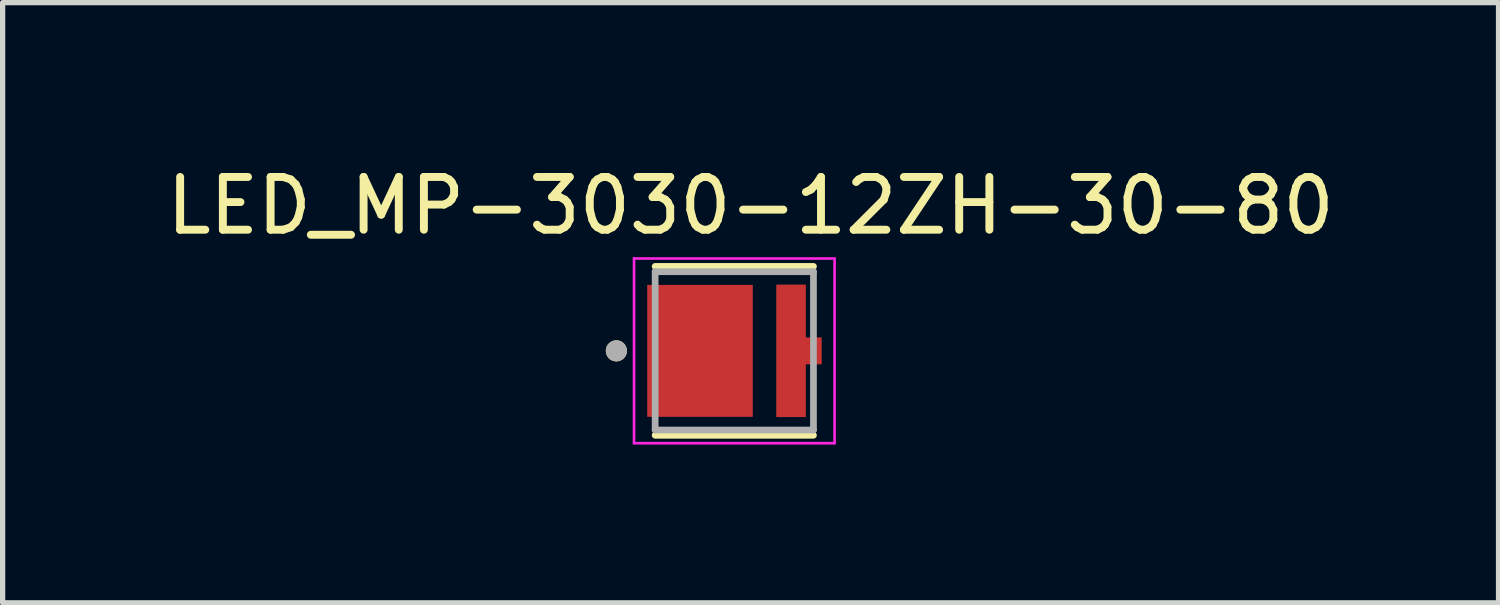
<source format=kicad_pcb>
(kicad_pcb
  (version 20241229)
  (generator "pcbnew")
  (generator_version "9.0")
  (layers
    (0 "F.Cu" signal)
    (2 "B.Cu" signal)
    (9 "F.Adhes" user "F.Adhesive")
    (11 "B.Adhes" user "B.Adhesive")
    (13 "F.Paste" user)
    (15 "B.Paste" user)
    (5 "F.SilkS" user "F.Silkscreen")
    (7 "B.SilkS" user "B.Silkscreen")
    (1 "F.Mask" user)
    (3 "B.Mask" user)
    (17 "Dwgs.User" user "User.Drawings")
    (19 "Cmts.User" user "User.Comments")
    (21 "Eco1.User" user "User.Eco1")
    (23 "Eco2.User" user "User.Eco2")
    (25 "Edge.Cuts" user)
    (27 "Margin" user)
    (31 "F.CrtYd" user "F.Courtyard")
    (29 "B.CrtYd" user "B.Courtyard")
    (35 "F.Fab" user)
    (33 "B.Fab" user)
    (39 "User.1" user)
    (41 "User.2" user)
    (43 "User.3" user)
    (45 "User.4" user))
  (footprint "LED_MP-3030-12ZH-30-80"
    (layer "F.Cu")
    (at 11.664 3.598)
    (property "Reference" "LED_MP-3030-12ZH-30-80" (at -0.491 -2.75 0) (layer "F.SilkS") (effects (font (size 1 1) (thickness 0.15))))
    (attr smd)
    (fp_poly (pts (xy 0.65 -0.35) (xy 0.95 -0.35) (xy 0.95 0.35) (xy 0.65 0.35) (xy 0.65 1.35) (xy -0.1 1.35) (xy -0.1 -1.35) (xy 0.65 -1.35)) (stroke (width 0.01) (type solid)) (fill yes) (layer "F.Mask"))
    (fp_line (start -2.3 -1.6) (end 0.7 -1.6) (stroke (width 0.127) (type solid)) (layer "F.SilkS"))
    (fp_line (start 0.7 1.6) (end -2.3 1.6) (stroke (width 0.127) (type solid)) (layer "F.SilkS"))
    (fp_circle (center -3.035 0) (end -2.935 0) (stroke (width 0.2) (type solid)) (fill no) (layer "F.SilkS"))
    (fp_poly (pts (xy 0.55 -0.25) (xy 0.85 -0.25) (xy 0.85 0.25) (xy 0.55 0.25) (xy 0.55 1.25) (xy 0 1.25) (xy 0 -1.25) (xy 0.55 -1.25)) (stroke (width 0.01) (type solid)) (fill yes) (layer "F.Paste"))
    (fp_line (start -2.7 -1.75) (end -2.7 1.75) (stroke (width 0.05) (type solid)) (layer "F.CrtYd"))
    (fp_line (start -2.7 1.75) (end 1.1 1.75) (stroke (width 0.05) (type solid)) (layer "F.CrtYd"))
    (fp_line (start 1.1 -1.75) (end -2.7 -1.75) (stroke (width 0.05) (type solid)) (layer "F.CrtYd"))
    (fp_line (start 1.1 1.75) (end 1.1 -1.75) (stroke (width 0.05) (type solid)) (layer "F.CrtYd"))
    (fp_line (start -2.3 -1.5) (end 0.7 -1.5) (stroke (width 0.127) (type solid)) (layer "F.Fab"))
    (fp_line (start -2.3 1.5) (end -2.3 -1.5) (stroke (width 0.127) (type solid)) (layer "F.Fab"))
    (fp_line (start 0.7 -1.5) (end 0.7 1.5) (stroke (width 0.127) (type solid)) (layer "F.Fab"))
    (fp_line (start 0.7 1.5) (end -2.3 1.5) (stroke (width 0.127) (type solid)) (layer "F.Fab"))
    (fp_circle (center -3.035 0) (end -2.935 0) (stroke (width 0.2) (type solid)) (fill no) (layer "F.Fab"))
    (pad "A" smd custom (at 0.25 0) (size 0.4 0.4) (layers "F.Cu") (options (anchor rect)) (primitives (gr_poly (pts (xy 0.3 -0.25) (xy 0.6 -0.25) (xy 0.6 0.25) (xy 0.3 0.25) (xy 0.3 1.25) (xy -0.25 1.25) (xy -0.25 -1.25) (xy 0.3 -1.25)) (width 0.01) (fill yes))))
    (pad "C" smd rect (at -1.45 0) (size 2 2.5) (layers "F.Cu" "F.Mask" "F.Paste")))
  (gr_rect
    (start -3 -3)
    (end 25.345 8.373)
    (stroke (width 0.1) (type default))
    (fill no)
    (layer "Edge.Cuts")))
</source>
